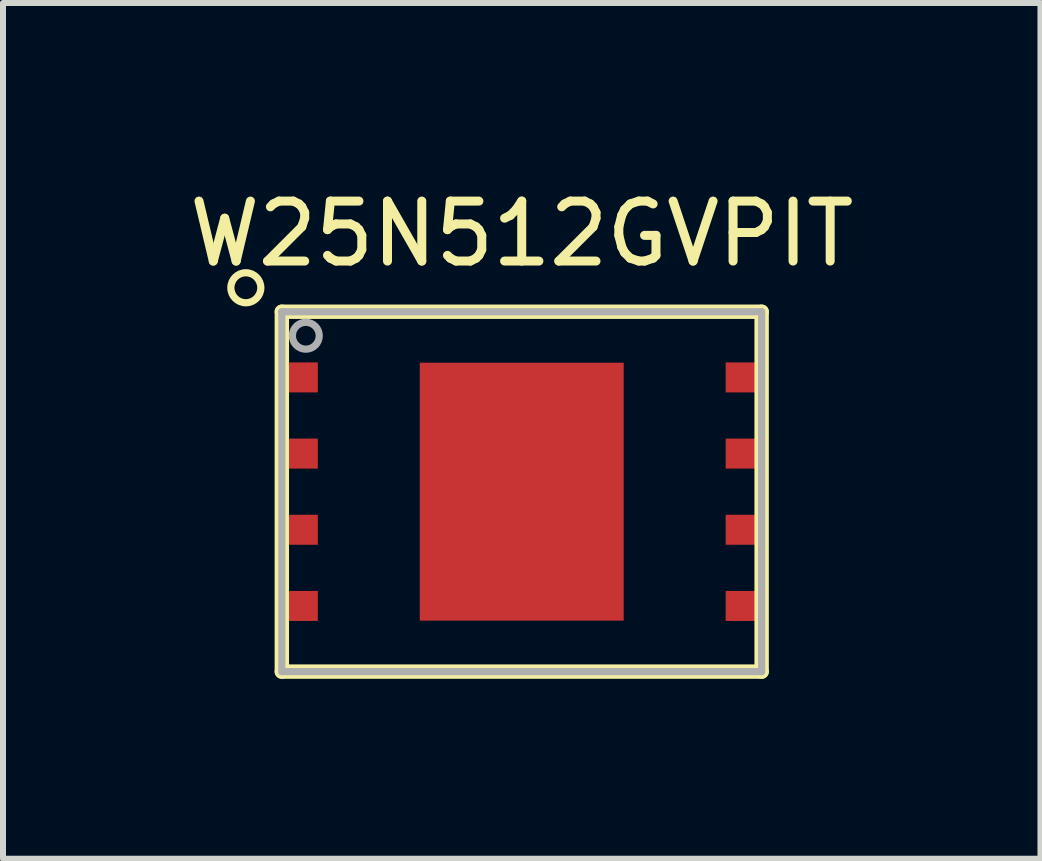
<source format=kicad_pcb>
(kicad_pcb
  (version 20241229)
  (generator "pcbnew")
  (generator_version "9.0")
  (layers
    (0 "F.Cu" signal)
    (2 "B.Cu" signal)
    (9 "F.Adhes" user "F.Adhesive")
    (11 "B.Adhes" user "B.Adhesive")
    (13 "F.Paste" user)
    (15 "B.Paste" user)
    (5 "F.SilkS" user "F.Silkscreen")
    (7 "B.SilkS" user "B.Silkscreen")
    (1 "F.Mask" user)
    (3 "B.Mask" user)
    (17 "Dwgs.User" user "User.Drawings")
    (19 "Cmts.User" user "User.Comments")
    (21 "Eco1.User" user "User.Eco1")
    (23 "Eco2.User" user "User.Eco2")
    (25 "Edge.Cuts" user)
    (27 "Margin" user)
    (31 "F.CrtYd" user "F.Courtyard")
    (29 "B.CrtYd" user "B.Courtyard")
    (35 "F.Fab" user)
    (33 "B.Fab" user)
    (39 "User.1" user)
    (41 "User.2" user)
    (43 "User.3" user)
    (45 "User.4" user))
  (footprint "W25N512GVPIT"
    (layer "F.Cu")
    (at 5.649 5.148)
    (property "Reference" "W25N512GVPIT" (at 0 -4.3 0) (layer "F.SilkS") (effects (font (size 1 1) (thickness 0.15))))
    (attr through_hole)
    (fp_line (start -4 3) (end -4 -3) (stroke (width 0.24) (type solid)) (layer "F.SilkS"))
    (fp_line (start 4 -3) (end -4 -3) (stroke (width 0.24) (type solid)) (layer "F.SilkS"))
    (fp_line (start 4 -3) (end 4 3) (stroke (width 0.24) (type solid)) (layer "F.SilkS"))
    (fp_line (start 4 3) (end -4 3) (stroke (width 0.24) (type solid)) (layer "F.SilkS"))
    (fp_circle (center -4.6 -3.4) (end -4.35 -3.4) (stroke (width 0.12) (type solid)) (fill no) (layer "F.SilkS"))
    (fp_line (start -4 -3) (end 4 -3) (stroke (width 0.12) (type solid)) (layer "F.Fab"))
    (fp_line (start -4 3) (end -4 -3) (stroke (width 0.12) (type solid)) (layer "F.Fab"))
    (fp_line (start -4 3) (end 4 3) (stroke (width 0.12) (type solid)) (layer "F.Fab"))
    (fp_line (start 4 -3) (end 4 3) (stroke (width 0.12) (type solid)) (layer "F.Fab"))
    (fp_circle (center -3.6 -2.6) (end -3.376 -2.6) (stroke (width 0.12) (type solid)) (fill no) (layer "F.Fab"))
    (pad "1" smd rect (at -3.7 -1.905) (size 0.6 0.5) (layers "F.Cu" "F.Mask" "F.Paste"))
    (pad "2" smd rect (at -3.7 -0.635) (size 0.6 0.5) (layers "F.Cu" "F.Mask" "F.Paste"))
    (pad "3" smd rect (at -3.7 0.635) (size 0.6 0.5) (layers "F.Cu" "F.Mask" "F.Paste"))
    (pad "4" smd rect (at -3.7 1.905) (size 0.6 0.5) (layers "F.Cu" "F.Mask" "F.Paste"))
    (pad "5" smd rect (at 3.7 1.905) (size 0.6 0.5) (layers "F.Cu" "F.Mask" "F.Paste"))
    (pad "6" smd rect (at 3.7 0.635) (size 0.6 0.5) (layers "F.Cu" "F.Mask" "F.Paste"))
    (pad "7" smd rect (at 3.7 -0.635) (size 0.6 0.5) (layers "F.Cu" "F.Mask" "F.Paste"))
    (pad "8" smd rect (at 3.7 -1.905) (size 0.6 0.5) (layers "F.Cu" "F.Mask" "F.Paste"))
    (pad "9" smd rect (at 0 0) (size 3.4 4.3) (layers "F.Cu" "F.Mask" "F.Paste")))
  (gr_rect
    (start -3 -3)
    (end 14.298 11.268)
    (stroke (width 0.1) (type default))
    (fill no)
    (layer "Edge.Cuts")))
</source>
